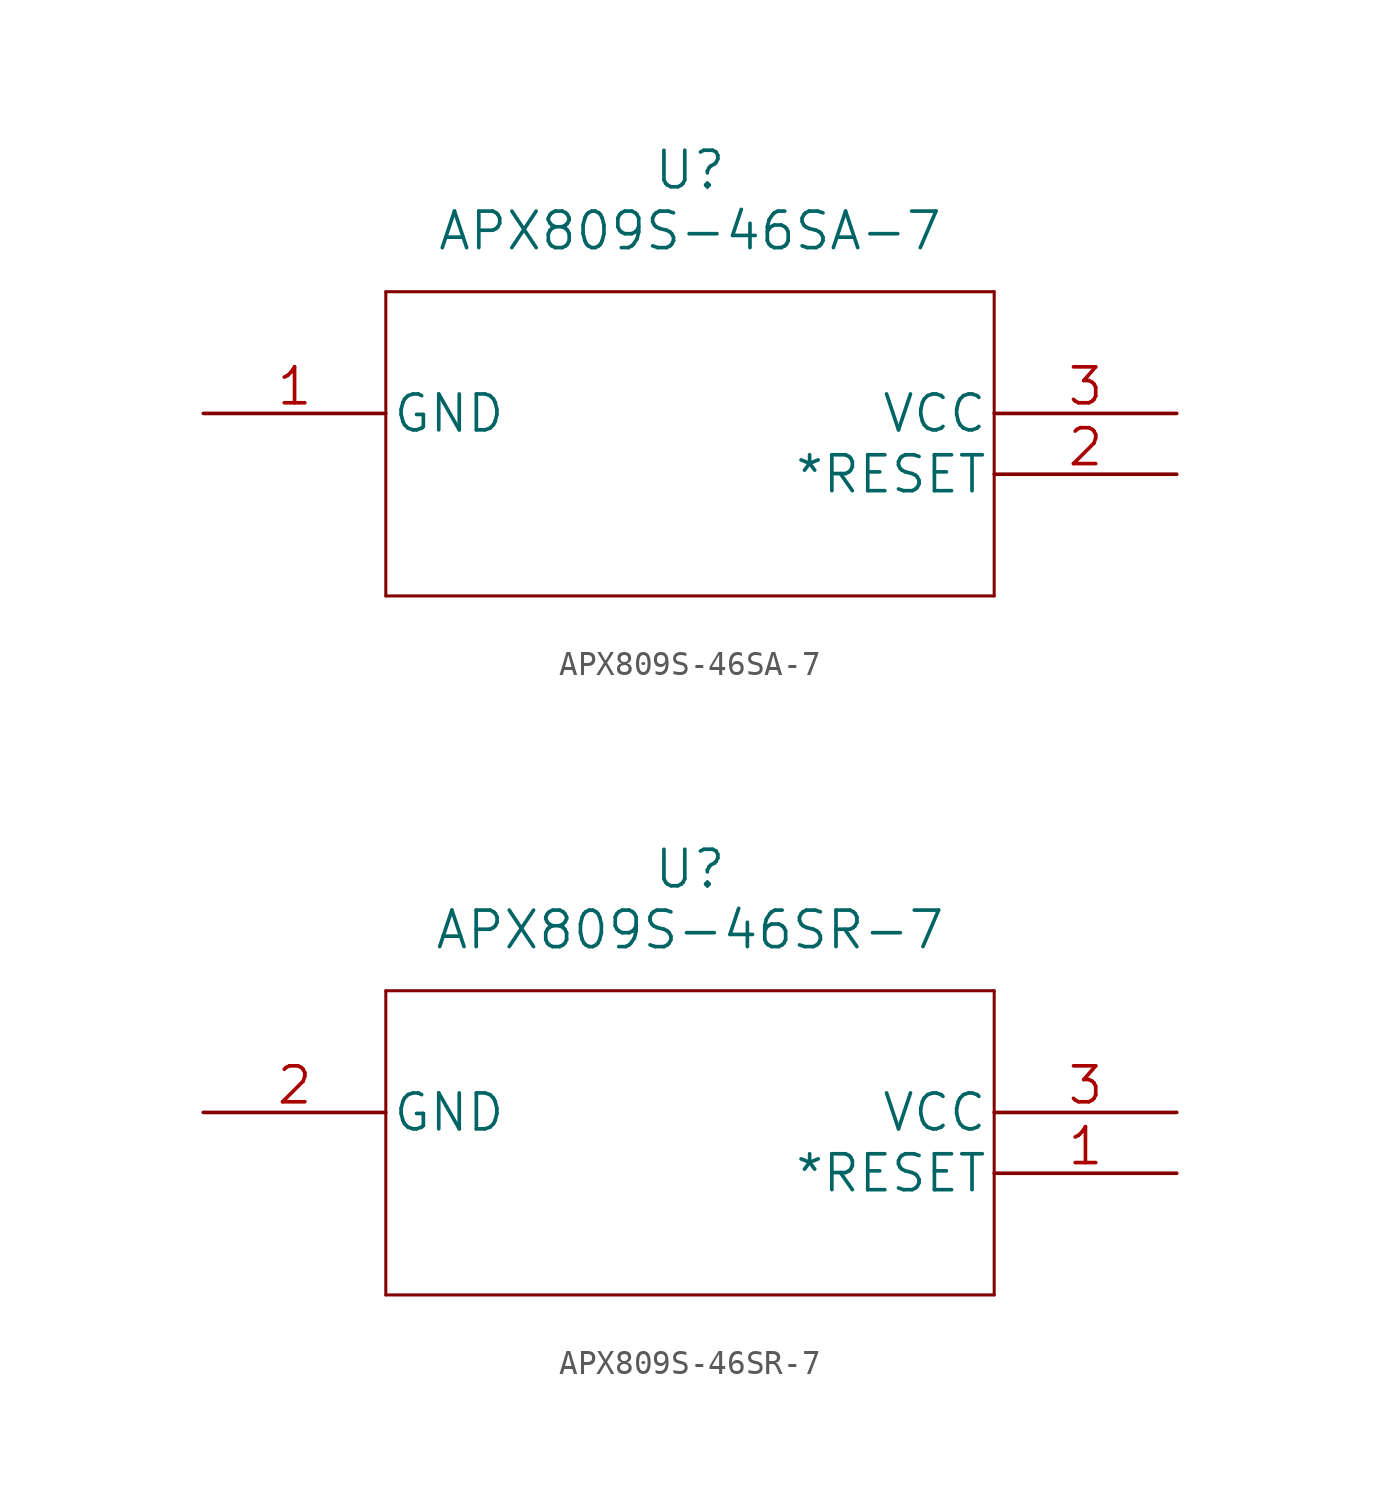
<source format=kicad_sym>
(kicad_symbol_lib
  (version 20211014)
  (generator kicad_symbol_editor)
  (symbol "APX809S-46SA-7"
    (pin_names
      (offset 0.254))
    (property "Reference" "U"
      (at 20.32 10.16 0)
      (effects (font (size 1.524 1.524))))
    (property "Value" "APX809S-46SA-7"
      (at 20.32 7.62 0)
      (effects (font (size 1.524 1.524))))
    (property "Datasheet" ""
      (at 0 0 0)
      (effects (font (size 1.524 1.524))))
    (property "ki_locked" ""
      (at 0 0 0)
      (effects (font (size 1.27 1.27))))
    (symbol "APX809S-46SA-7_1_1"
      (polyline (pts (xy 7.62 -7.62) (xy 33.02 -7.62)) (stroke (width 0.127) (type default) (color 0 0 0 0)) (fill (type none)))
      (polyline (pts (xy 7.62 5.08) (xy 7.62 -7.62)) (stroke (width 0.127) (type default) (color 0 0 0 0)) (fill (type none)))
      (polyline (pts (xy 33.02 -7.62) (xy 33.02 5.08)) (stroke (width 0.127) (type default) (color 0 0 0 0)) (fill (type none)))
      (polyline (pts (xy 33.02 5.08) (xy 7.62 5.08)) (stroke (width 0.127) (type default) (color 0 0 0 0)) (fill (type none)))
      (pin power_in line (at 0 0 0) (length 7.62) (name "GND" (effects (font (size 1.499 1.499)))) (number "1" (effects (font (size 1.499 1.499)))))
      (pin output line (at 40.64 -2.54 180) (length 7.62) (name "*RESET" (effects (font (size 1.499 1.499)))) (number "2" (effects (font (size 1.499 1.499)))))
      (pin power_in line (at 40.64 0 180) (length 7.62) (name "VCC" (effects (font (size 1.499 1.499)))) (number "3" (effects (font (size 1.499 1.499)))))))
  (symbol "APX809S-46SR-7"
    (pin_names
      (offset 0.254))
    (property "Reference" "U"
      (at 20.32 10.16 0)
      (effects (font (size 1.524 1.524))))
    (property "Value" "APX809S-46SR-7"
      (at 20.32 7.62 0)
      (effects (font (size 1.524 1.524))))
    (property "Datasheet" ""
      (at 0 0 0)
      (effects (font (size 1.524 1.524))))
    (symbol "APX809S-46SR-7_1_1"
      (polyline (pts (xy 7.62 -7.62) (xy 33.02 -7.62)) (stroke (width 0.127) (type default) (color 0 0 0 0)) (fill (type none)))
      (polyline (pts (xy 7.62 5.08) (xy 7.62 -7.62)) (stroke (width 0.127) (type default) (color 0 0 0 0)) (fill (type none)))
      (polyline (pts (xy 33.02 -7.62) (xy 33.02 5.08)) (stroke (width 0.127) (type default) (color 0 0 0 0)) (fill (type none)))
      (polyline (pts (xy 33.02 5.08) (xy 7.62 5.08)) (stroke (width 0.127) (type default) (color 0 0 0 0)) (fill (type none)))
      (pin output line (at 40.64 -2.54 180) (length 7.62) (name "*RESET" (effects (font (size 1.499 1.499)))) (number "1" (effects (font (size 1.499 1.499)))))
      (pin power_in line (at 0 0 0) (length 7.62) (name "GND" (effects (font (size 1.499 1.499)))) (number "2" (effects (font (size 1.499 1.499)))))
      (pin power_in line (at 40.64 0 180) (length 7.62) (name "VCC" (effects (font (size 1.499 1.499)))) (number "3" (effects (font (size 1.499 1.499))))))))
</source>
